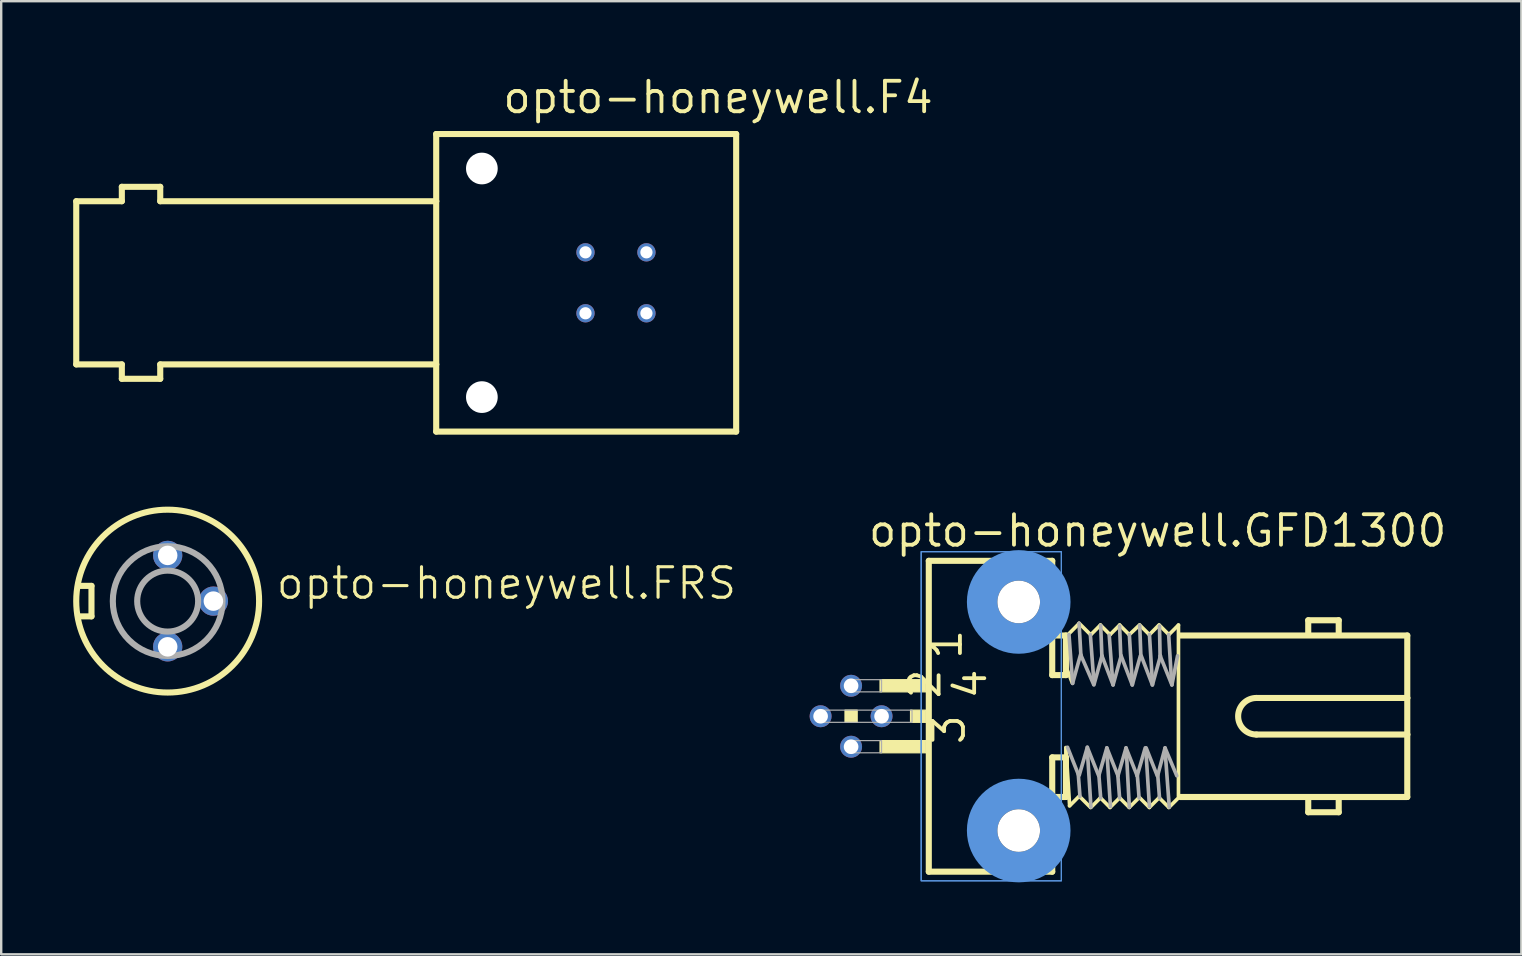
<source format=kicad_pcb>
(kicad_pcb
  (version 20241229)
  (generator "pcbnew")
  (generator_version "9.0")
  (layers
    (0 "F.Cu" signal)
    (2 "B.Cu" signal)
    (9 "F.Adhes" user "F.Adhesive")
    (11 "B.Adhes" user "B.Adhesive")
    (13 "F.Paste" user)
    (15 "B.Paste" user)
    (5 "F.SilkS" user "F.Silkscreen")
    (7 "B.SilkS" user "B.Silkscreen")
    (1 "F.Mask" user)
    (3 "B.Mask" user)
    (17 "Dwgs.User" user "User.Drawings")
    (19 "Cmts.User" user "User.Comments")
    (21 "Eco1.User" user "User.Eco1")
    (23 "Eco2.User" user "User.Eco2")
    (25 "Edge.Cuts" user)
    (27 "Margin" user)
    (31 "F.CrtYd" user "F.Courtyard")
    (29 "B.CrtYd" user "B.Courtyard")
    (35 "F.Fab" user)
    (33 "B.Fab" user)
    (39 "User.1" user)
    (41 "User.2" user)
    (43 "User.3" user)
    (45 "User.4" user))
  (footprint "opto-honeywell.GFD1300"
    (layer "F.Cu")
    (at 39.401 26.797)
    (property "Reference" "opto-honeywell.GFD1300" (at -6.35 -6.985 0) (layer "F.SilkS") (effects (font (size 1.27 1.27) (thickness 0.16)) (justify left bottom)))
    (attr through_hole)
    (fp_line (start -3.747 -6.477) (end 1.397 -6.477) (stroke (width 0.254) (type default)) (layer "F.SilkS"))
    (fp_line (start -3.747 6.477) (end -3.747 -6.477) (stroke (width 0.254) (type default)) (layer "F.SilkS"))
    (fp_line (start 1.397 -6.477) (end 1.397 -1.714) (stroke (width 0.254) (type default)) (layer "F.SilkS"))
    (fp_line (start 1.397 1.714) (end 1.397 6.477) (stroke (width 0.254) (type default)) (layer "F.SilkS"))
    (fp_line (start 1.397 6.477) (end -3.747 6.477) (stroke (width 0.254) (type default)) (layer "F.SilkS"))
    (fp_line (start 1.968 -3.365) (end 1.524 -3.365) (stroke (width 0.254) (type default)) (layer "F.SilkS"))
    (fp_line (start 1.968 -3.365) (end 1.968 -1.714) (stroke (width 0.254) (type default)) (layer "F.SilkS"))
    (fp_line (start 1.968 -1.714) (end 1.397 -1.714) (stroke (width 0.254) (type default)) (layer "F.SilkS"))
    (fp_line (start 1.968 1.308) (end 1.968 1.714) (stroke (width 0.152) (type default)) (layer "F.SilkS"))
    (fp_line (start 1.968 1.308) (end 2.121 3.721) (stroke (width 0.152) (type default)) (layer "F.SilkS"))
    (fp_line (start 1.968 1.714) (end 1.397 1.714) (stroke (width 0.254) (type default)) (layer "F.SilkS"))
    (fp_line (start 1.968 1.714) (end 1.968 3.365) (stroke (width 0.254) (type default)) (layer "F.SilkS"))
    (fp_line (start 1.968 3.365) (end 1.524 3.365) (stroke (width 0.254) (type default)) (layer "F.SilkS"))
    (fp_line (start 2.231 -1.393) (end 1.958 -2.098) (stroke (width 0.152) (type default)) (layer "F.SilkS"))
    (fp_line (start 2.516 -3.864) (end 2.053 -3.4) (stroke (width 0.152) (type default)) (layer "F.SilkS"))
    (fp_line (start 2.516 3.337) (end 2.117 3.737) (stroke (width 0.152) (type default)) (layer "F.SilkS"))
    (fp_line (start 2.993 -3.4) (end 2.516 -3.876) (stroke (width 0.152) (type default)) (layer "F.SilkS"))
    (fp_line (start 2.993 3.8) (end 2.542 3.349) (stroke (width 0.152) (type default)) (layer "F.SilkS"))
    (fp_line (start 3.405 -3.8) (end 3.006 -3.4) (stroke (width 0.152) (type default)) (layer "F.SilkS"))
    (fp_line (start 3.405 3.4) (end 3.006 3.8) (stroke (width 0.152) (type default)) (layer "F.SilkS"))
    (fp_line (start 3.805 -3.4) (end 3.405 -3.8) (stroke (width 0.152) (type default)) (layer "F.SilkS"))
    (fp_line (start 3.805 3.8) (end 3.405 3.4) (stroke (width 0.152) (type default)) (layer "F.SilkS"))
    (fp_line (start 4.206 -3.8) (end 3.805 -3.4) (stroke (width 0.152) (type default)) (layer "F.SilkS"))
    (fp_line (start 4.206 3.4) (end 3.805 3.8) (stroke (width 0.152) (type default)) (layer "F.SilkS"))
    (fp_line (start 4.606 -3.4) (end 4.206 -3.8) (stroke (width 0.152) (type default)) (layer "F.SilkS"))
    (fp_line (start 4.606 3.8) (end 4.206 3.4) (stroke (width 0.152) (type default)) (layer "F.SilkS"))
    (fp_line (start 5.006 3.4) (end 4.606 3.8) (stroke (width 0.152) (type default)) (layer "F.SilkS"))
    (fp_line (start 5.031 -3.8) (end 4.606 -3.4) (stroke (width 0.152) (type default)) (layer "F.SilkS"))
    (fp_line (start 5.444 -3.4) (end 5.044 -3.8) (stroke (width 0.152) (type default)) (layer "F.SilkS"))
    (fp_line (start 5.444 3.8) (end 5.044 3.4) (stroke (width 0.152) (type default)) (layer "F.SilkS"))
    (fp_line (start 5.844 -3.8) (end 5.444 -3.4) (stroke (width 0.152) (type default)) (layer "F.SilkS"))
    (fp_line (start 5.844 3.4) (end 5.444 3.8) (stroke (width 0.152) (type default)) (layer "F.SilkS"))
    (fp_line (start 6.257 -3.4) (end 5.857 -3.8) (stroke (width 0.152) (type default)) (layer "F.SilkS"))
    (fp_line (start 6.257 3.8) (end 5.857 3.4) (stroke (width 0.152) (type default)) (layer "F.SilkS"))
    (fp_line (start 6.657 -3.8) (end 6.257 -3.4) (stroke (width 0.152) (type default)) (layer "F.SilkS"))
    (fp_line (start 6.657 -3.8) (end 6.657 3.331) (stroke (width 0.152) (type default)) (layer "F.SilkS"))
    (fp_line (start 6.657 3.4) (end 6.257 3.8) (stroke (width 0.152) (type default)) (layer "F.SilkS"))
    (fp_line (start 6.731 3.365) (end 16.192 3.365) (stroke (width 0.254) (type default)) (layer "F.SilkS"))
    (fp_line (start 9.906 0.762) (end 16.192 0.762) (stroke (width 0.254) (type default)) (layer "F.SilkS"))
    (fp_line (start 12.065 -4) (end 13.335 -4) (stroke (width 0.254) (type default)) (layer "F.SilkS"))
    (fp_line (start 12.065 -3.429) (end 12.065 -4) (stroke (width 0.254) (type default)) (layer "F.SilkS"))
    (fp_line (start 12.065 4) (end 12.065 3.429) (stroke (width 0.254) (type default)) (layer "F.SilkS"))
    (fp_line (start 13.335 -4) (end 13.335 -3.429) (stroke (width 0.254) (type default)) (layer "F.SilkS"))
    (fp_line (start 13.335 3.429) (end 13.335 4) (stroke (width 0.254) (type default)) (layer "F.SilkS"))
    (fp_line (start 13.335 4) (end 12.065 4) (stroke (width 0.254) (type default)) (layer "F.SilkS"))
    (fp_line (start 16.192 -3.365) (end 6.731 -3.365) (stroke (width 0.254) (type default)) (layer "F.SilkS"))
    (fp_line (start 16.192 -0.762) (end 9.906 -0.762) (stroke (width 0.254) (type default)) (layer "F.SilkS"))
    (fp_line (start 16.192 -0.762) (end 16.192 -3.365) (stroke (width 0.254) (type default)) (layer "F.SilkS"))
    (fp_line (start 16.192 0.762) (end 16.192 -0.762) (stroke (width 0.254) (type default)) (layer "F.SilkS"))
    (fp_line (start 16.192 3.365) (end 16.192 0.762) (stroke (width 0.254) (type default)) (layer "F.SilkS"))
    (fp_rect (start -7.239 0.254) (end -6.731 -0.254) (stroke (width 0.05) (type default)) (fill yes) (layer "F.SilkS"))
    (fp_rect (start -5.779 -1.016) (end -3.873 -1.524) (stroke (width 0.05) (type default)) (fill yes) (layer "F.SilkS"))
    (fp_rect (start -5.779 1.524) (end -3.873 1.016) (stroke (width 0.05) (type default)) (fill yes) (layer "F.SilkS"))
    (fp_rect (start -4.508 0.254) (end -3.873 -0.254) (stroke (width 0.05) (type default)) (fill yes) (layer "F.SilkS"))
    (fp_arc (start 9.906 0.762) (mid 9.144 0) (end 9.906 -0.762) (stroke (width 0.254) (type default)) (layer "F.SilkS"))
    (fp_rect (start -4.064 6.858) (end 1.778 -6.858) (stroke (width 0.05) (type default)) (fill no) (layer "Cmts.User"))
    (fp_rect (start -4.064 6.858) (end 1.778 -6.858) (stroke (width 0.05) (type default)) (fill no) (layer "Cmts.User"))
    (fp_circle (center 0 -4.763) (end 1.524 -4.763) (stroke (width 1.27) (type default)) (fill no) (layer "Cmts.User"))
    (fp_circle (center 0 4.763) (end 1.524 4.763) (stroke (width 1.27) (type default)) (fill no) (layer "Cmts.User"))
    (fp_line (start 2.095 -3.404) (end 2.248 -1.372) (stroke (width 0.152) (type default)) (layer "F.Fab"))
    (fp_line (start 2.477 2.349) (end 2.553 3.34) (stroke (width 0.152) (type default)) (layer "F.Fab"))
    (fp_line (start 2.497 2.455) (end 2.034 1.293) (stroke (width 0.152) (type default)) (layer "F.Fab"))
    (fp_line (start 2.58 -2.581) (end 2.244 -1.368) (stroke (width 0.152) (type default)) (layer "F.Fab"))
    (fp_line (start 2.591 -2.54) (end 2.516 -3.876) (stroke (width 0.152) (type default)) (layer "F.Fab"))
    (fp_line (start 2.857 1.372) (end 3.01 3.785) (stroke (width 0.152) (type default)) (layer "F.Fab"))
    (fp_line (start 2.859 1.293) (end 2.523 2.455) (stroke (width 0.152) (type default)) (layer "F.Fab"))
    (fp_line (start 2.985 -3.404) (end 3.137 -1.372) (stroke (width 0.152) (type default)) (layer "F.Fab"))
    (fp_line (start 3.12 -1.33) (end 2.593 -2.543) (stroke (width 0.152) (type default)) (layer "F.Fab"))
    (fp_line (start 3.323 2.455) (end 2.859 1.293) (stroke (width 0.152) (type default)) (layer "F.Fab"))
    (fp_line (start 3.34 2.438) (end 3.416 3.404) (stroke (width 0.152) (type default)) (layer "F.Fab"))
    (fp_line (start 3.416 -3.785) (end 3.467 -2.489) (stroke (width 0.152) (type default)) (layer "F.Fab"))
    (fp_line (start 3.469 -2.517) (end 3.133 -1.305) (stroke (width 0.152) (type default)) (layer "F.Fab"))
    (fp_line (start 3.67 1.422) (end 3.823 3.759) (stroke (width 0.152) (type default)) (layer "F.Fab"))
    (fp_line (start 3.672 1.318) (end 3.336 2.48) (stroke (width 0.152) (type default)) (layer "F.Fab"))
    (fp_line (start 3.772 -3.378) (end 3.924 -1.346) (stroke (width 0.152) (type default)) (layer "F.Fab"))
    (fp_line (start 3.932 -1.305) (end 3.469 -2.517) (stroke (width 0.152) (type default)) (layer "F.Fab"))
    (fp_line (start 4.128 2.413) (end 4.204 3.404) (stroke (width 0.152) (type default)) (layer "F.Fab"))
    (fp_line (start 4.136 2.48) (end 3.672 1.318) (stroke (width 0.152) (type default)) (layer "F.Fab"))
    (fp_line (start 4.204 -3.759) (end 4.255 -2.464) (stroke (width 0.152) (type default)) (layer "F.Fab"))
    (fp_line (start 4.269 -2.517) (end 3.932 -1.305) (stroke (width 0.152) (type default)) (layer "F.Fab"))
    (fp_line (start 4.472 1.318) (end 4.136 2.48) (stroke (width 0.152) (type default)) (layer "F.Fab"))
    (fp_line (start 4.483 1.397) (end 4.61 3.785) (stroke (width 0.152) (type default)) (layer "F.Fab"))
    (fp_line (start 4.61 -3.404) (end 4.737 -1.346) (stroke (width 0.152) (type default)) (layer "F.Fab"))
    (fp_line (start 4.733 -1.305) (end 4.269 -2.517) (stroke (width 0.152) (type default)) (layer "F.Fab"))
    (fp_line (start 4.936 2.48) (end 4.472 1.318) (stroke (width 0.152) (type default)) (layer "F.Fab"))
    (fp_line (start 4.94 2.413) (end 5.016 3.404) (stroke (width 0.152) (type default)) (layer "F.Fab"))
    (fp_line (start 5.042 -3.785) (end 5.093 -2.464) (stroke (width 0.152) (type default)) (layer "F.Fab"))
    (fp_line (start 5.069 -2.517) (end 4.733 -1.305) (stroke (width 0.152) (type default)) (layer "F.Fab"))
    (fp_line (start 5.272 1.318) (end 4.936 2.48) (stroke (width 0.152) (type default)) (layer "F.Fab"))
    (fp_line (start 5.296 1.372) (end 5.448 3.759) (stroke (width 0.152) (type default)) (layer "F.Fab"))
    (fp_line (start 5.448 -3.404) (end 5.575 -1.346) (stroke (width 0.152) (type default)) (layer "F.Fab"))
    (fp_line (start 5.571 -1.305) (end 5.107 -2.517) (stroke (width 0.152) (type default)) (layer "F.Fab"))
    (fp_line (start 5.774 2.48) (end 5.311 1.318) (stroke (width 0.152) (type default)) (layer "F.Fab"))
    (fp_line (start 5.791 2.413) (end 5.867 3.404) (stroke (width 0.152) (type default)) (layer "F.Fab"))
    (fp_line (start 5.867 -3.759) (end 5.893 -2.438) (stroke (width 0.152) (type default)) (layer "F.Fab"))
    (fp_line (start 5.908 -2.517) (end 5.571 -1.305) (stroke (width 0.152) (type default)) (layer "F.Fab"))
    (fp_line (start 6.096 1.372) (end 6.274 3.785) (stroke (width 0.152) (type default)) (layer "F.Fab"))
    (fp_line (start 6.098 1.318) (end 5.787 2.48) (stroke (width 0.152) (type default)) (layer "F.Fab"))
    (fp_line (start 6.248 -3.404) (end 6.375 -1.372) (stroke (width 0.152) (type default)) (layer "F.Fab"))
    (fp_line (start 6.384 -1.305) (end 5.895 -2.517) (stroke (width 0.152) (type default)) (layer "F.Fab"))
    (fp_line (start 6.587 2.48) (end 6.098 1.318) (stroke (width 0.152) (type default)) (layer "F.Fab"))
    (fp_line (start 6.619 -2.517) (end 6.384 -1.305) (stroke (width 0.152) (type default)) (layer "F.Fab"))
    (fp_rect (start -8.382 0.254) (end -4.445 -0.254) (stroke (width 0.05) (type default)) (fill no) (layer "F.Fab"))
    (fp_rect (start -7.112 -1.016) (end -5.715 -1.524) (stroke (width 0.05) (type default)) (fill no) (layer "F.Fab"))
    (fp_rect (start -7.112 1.524) (end -5.715 1.016) (stroke (width 0.05) (type default)) (fill no) (layer "F.Fab"))
    (fp_text user "1" (at -2.286 -2.286 270) (layer "F.SilkS") (effects (font (size 1.27 1.27) (thickness 0.16)) (justify left bottom)))
    (fp_text user "3" (at -2.159 1.27 270) (layer "F.SilkS") (effects (font (size 1.27 1.27) (thickness 0.16)) (justify left bottom)))
    (fp_text user "2" (at -3.175 -0.635 270) (layer "F.SilkS") (effects (font (size 1.27 1.27) (thickness 0.16)) (justify left bottom)))
    (fp_text user "4" (at -1.27 -0.635 270) (layer "F.SilkS") (effects (font (size 1.27 1.27) (thickness 0.16)) (justify left bottom)))
    (pad "" np_thru_hole circle (at 0 -4.763) (size 1.778 1.778) (drill 1.778) (layers "*.Cu" "*.Mask"))
    (pad "" np_thru_hole circle (at 0 4.763) (size 1.778 1.778) (drill 1.778) (layers "*.Cu" "*.Mask"))
    (pad "1" thru_hole circle (at -6.985 -1.27) (size 0.914 0.914) (drill 0.61) (layers "*.Cu" "*.Mask"))
    (pad "2" thru_hole circle (at -8.255 0) (size 0.914 0.914) (drill 0.61) (layers "*.Cu" "*.Mask"))
    (pad "3" thru_hole circle (at -6.985 1.27) (size 0.914 0.914) (drill 0.61) (layers "*.Cu" "*.Mask"))
    (pad "4" thru_hole circle (at -5.715 0) (size 0.914 0.914) (drill 0.61) (layers "*.Cu" "*.Mask")))
  (footprint "opto-honeywell.FRS"
    (layer "F.Cu")
    (at 3.937 21.999)
    (property "Reference" "opto-honeywell.FRS" (at 4.445 0 0) (layer "F.SilkS") (effects (font (size 1.27 1.27) (thickness 0.13)) (justify left bottom)))
    (attr through_hole)
    (fp_line (start -3.683 -0.635) (end -3.175 -0.635) (stroke (width 0.254) (type default)) (layer "F.SilkS"))
    (fp_line (start -3.175 -0.635) (end -3.175 0.635) (stroke (width 0.254) (type default)) (layer "F.SilkS"))
    (fp_line (start -3.175 0.635) (end -3.683 0.635) (stroke (width 0.254) (type default)) (layer "F.SilkS"))
    (fp_circle (center 0 0) (end 3.81 0) (stroke (width 0.254) (type default)) (fill no) (layer "F.SilkS"))
    (fp_circle (center 0 0) (end 1.27 0) (stroke (width 0.254) (type default)) (fill no) (layer "F.Fab"))
    (fp_circle (center 0 0) (end 2.286 0) (stroke (width 0.254) (type default)) (fill no) (layer "F.Fab"))
    (pad "1" thru_hole circle (at 0 -1.905) (size 1.219 1.219) (drill 0.813) (layers "*.Cu" "*.Mask"))
    (pad "2" thru_hole circle (at 1.905 0) (size 1.219 1.219) (drill 0.813) (layers "*.Cu" "*.Mask"))
    (pad "3" thru_hole circle (at 0 1.905) (size 1.219 1.219) (drill 0.813) (layers "*.Cu" "*.Mask")))
  (footprint "opto-honeywell.F4"
    (layer "F.Cu")
    (at 17.182 8.735)
    (property "Reference" "opto-honeywell.F4" (at 0.635 -6.985 0) (layer "F.SilkS") (effects (font (size 1.27 1.27) (thickness 0.16)) (justify left bottom)))
    (attr through_hole)
    (fp_line (start -17.055 -3.4) (end -15.155 -3.4) (stroke (width 0.254) (type default)) (layer "F.SilkS"))
    (fp_line (start -17.055 3.4) (end -17.055 -3.4) (stroke (width 0.254) (type default)) (layer "F.SilkS"))
    (fp_line (start -15.155 -4) (end -13.555 -4) (stroke (width 0.254) (type default)) (layer "F.SilkS"))
    (fp_line (start -15.155 -3.4) (end -15.155 -4) (stroke (width 0.254) (type default)) (layer "F.SilkS"))
    (fp_line (start -15.155 3.4) (end -17.055 3.4) (stroke (width 0.254) (type default)) (layer "F.SilkS"))
    (fp_line (start -15.155 4) (end -15.155 3.4) (stroke (width 0.254) (type default)) (layer "F.SilkS"))
    (fp_line (start -13.555 -4) (end -13.555 -3.4) (stroke (width 0.254) (type default)) (layer "F.SilkS"))
    (fp_line (start -13.555 -3.4) (end -2.055 -3.4) (stroke (width 0.254) (type default)) (layer "F.SilkS"))
    (fp_line (start -13.555 3.4) (end -13.555 4) (stroke (width 0.254) (type default)) (layer "F.SilkS"))
    (fp_line (start -13.555 4) (end -15.155 4) (stroke (width 0.254) (type default)) (layer "F.SilkS"))
    (fp_line (start -2.055 6.2) (end -2.055 3.4) (stroke (width 0.254) (type default)) (layer "F.SilkS"))
    (fp_line (start -2.055 -6.2) (end 10.445 -6.2) (stroke (width 0.254) (type default)) (layer "F.SilkS"))
    (fp_line (start -2.055 -3.4) (end -2.055 -6.2) (stroke (width 0.254) (type default)) (layer "F.SilkS"))
    (fp_line (start -2.055 -3.4) (end -2.055 3.4) (stroke (width 0.254) (type default)) (layer "F.SilkS"))
    (fp_line (start -2.055 3.4) (end -13.555 3.4) (stroke (width 0.254) (type default)) (layer "F.SilkS"))
    (fp_line (start 10.445 -6.2) (end 10.445 6.2) (stroke (width 0.254) (type default)) (layer "F.SilkS"))
    (fp_line (start 10.445 6.2) (end -2.055 6.2) (stroke (width 0.254) (type default)) (layer "F.SilkS"))
    (pad "" np_thru_hole circle (at -0.152 -4.763) (size 1.321 1.321) (drill 1.321) (layers "*.Cu" "*.Mask"))
    (pad "" np_thru_hole circle (at -0.152 4.763) (size 1.321 1.321) (drill 1.321) (layers "*.Cu" "*.Mask"))
    (pad "1" thru_hole circle (at 6.706 1.27) (size 0.762 0.762) (drill 0.508) (layers "*.Cu" "*.Mask"))
    (pad "2" thru_hole circle (at 6.706 -1.27) (size 0.762 0.762) (drill 0.508) (layers "*.Cu" "*.Mask"))
    (pad "3" thru_hole circle (at 4.166 -1.27) (size 0.762 0.762) (drill 0.508) (layers "*.Cu" "*.Mask"))
    (pad "4" thru_hole circle (at 4.166 1.27) (size 0.762 0.762) (drill 0.508) (layers "*.Cu" "*.Mask")))
  (gr_rect
    (start -3 -3)
    (end 60.347 36.718)
    (stroke (width 0.1) (type default))
    (fill no)
    (layer "Edge.Cuts")))
</source>
